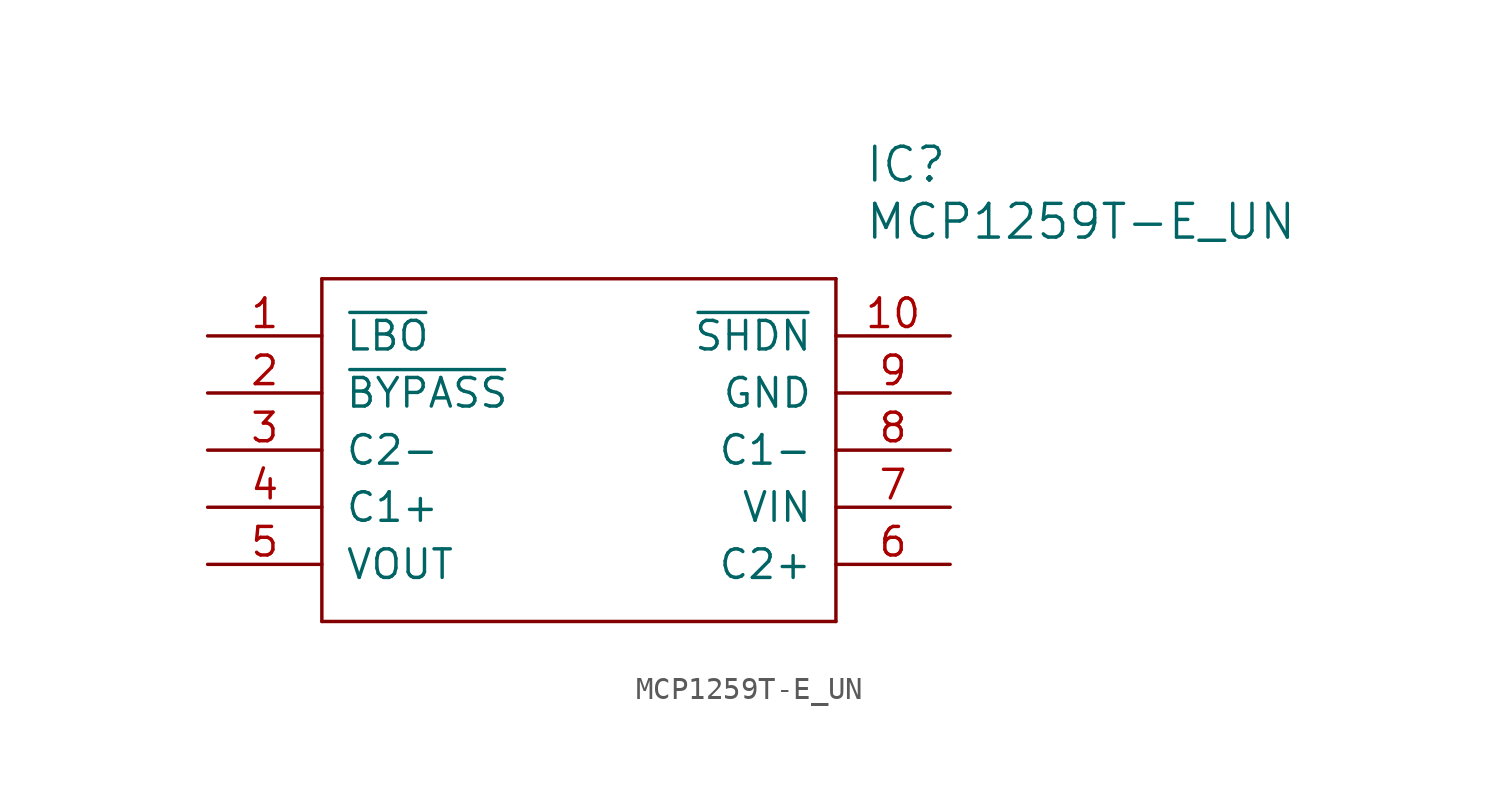
<source format=kicad_sym>
(kicad_symbol_lib
  (version 20211014)
  (generator kicad_symbol_editor)
  (symbol "MCP1259T-E_UN"
    (pin_names
      (offset 1.016))
    (property "Reference" "IC"
      (at 29.21 7.62 0)
      (effects (font (size 1.499 1.499)) (justify left)))
    (property "Value" "MCP1259T-E_UN"
      (at 29.21 5.08 0)
      (effects (font (size 1.499 1.499)) (justify left)))
    (property "ki_locked" ""
      (at 0 0 0)
      (effects (font (size 1.27 1.27))))
    (symbol "MCP1259T-E_UN_1_0"
      (polyline (pts (xy 5.08 2.54) (xy 5.08 -12.7)) (stroke (width 0) (type default) (color 0 0 0 0)) (fill (type none)))
      (polyline (pts (xy 5.08 2.54) (xy 27.94 2.54)) (stroke (width 0) (type default) (color 0 0 0 0)) (fill (type none)))
      (polyline (pts (xy 27.94 -12.7) (xy 5.08 -12.7)) (stroke (width 0) (type default) (color 0 0 0 0)) (fill (type none)))
      (polyline (pts (xy 27.94 -12.7) (xy 27.94 2.54)) (stroke (width 0) (type default) (color 0 0 0 0)) (fill (type none)))
      (pin bidirectional line (at 0 0 0) (length 5.08) (name "~{LBO}" (effects (font (size 1.27 1.27)))) (number "1" (effects (font (size 1.27 1.27)))))
      (pin bidirectional line (at 33.02 0 180) (length 5.08) (name "~{SHDN}" (effects (font (size 1.27 1.27)))) (number "10" (effects (font (size 1.27 1.27)))))
      (pin bidirectional line (at 0 -2.54 0) (length 5.08) (name "~{BYPASS}" (effects (font (size 1.27 1.27)))) (number "2" (effects (font (size 1.27 1.27)))))
      (pin bidirectional line (at 0 -5.08 0) (length 5.08) (name "C2-" (effects (font (size 1.27 1.27)))) (number "3" (effects (font (size 1.27 1.27)))))
      (pin bidirectional line (at 0 -7.62 0) (length 5.08) (name "C1+" (effects (font (size 1.27 1.27)))) (number "4" (effects (font (size 1.27 1.27)))))
      (pin bidirectional line (at 0 -10.16 0) (length 5.08) (name "VOUT" (effects (font (size 1.27 1.27)))) (number "5" (effects (font (size 1.27 1.27)))))
      (pin bidirectional line (at 33.02 -10.16 180) (length 5.08) (name "C2+" (effects (font (size 1.27 1.27)))) (number "6" (effects (font (size 1.27 1.27)))))
      (pin bidirectional line (at 33.02 -7.62 180) (length 5.08) (name "VIN" (effects (font (size 1.27 1.27)))) (number "7" (effects (font (size 1.27 1.27)))))
      (pin bidirectional line (at 33.02 -5.08 180) (length 5.08) (name "C1-" (effects (font (size 1.27 1.27)))) (number "8" (effects (font (size 1.27 1.27)))))
      (pin bidirectional line (at 33.02 -2.54 180) (length 5.08) (name "GND" (effects (font (size 1.27 1.27)))) (number "9" (effects (font (size 1.27 1.27))))))))
</source>
